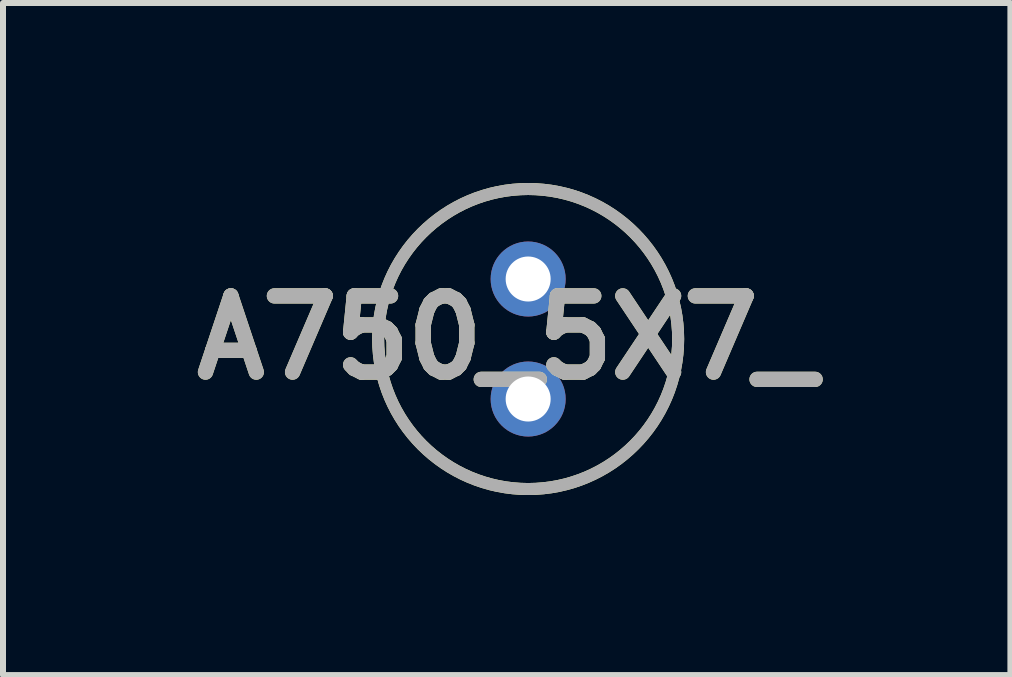
<source format=kicad_pcb>
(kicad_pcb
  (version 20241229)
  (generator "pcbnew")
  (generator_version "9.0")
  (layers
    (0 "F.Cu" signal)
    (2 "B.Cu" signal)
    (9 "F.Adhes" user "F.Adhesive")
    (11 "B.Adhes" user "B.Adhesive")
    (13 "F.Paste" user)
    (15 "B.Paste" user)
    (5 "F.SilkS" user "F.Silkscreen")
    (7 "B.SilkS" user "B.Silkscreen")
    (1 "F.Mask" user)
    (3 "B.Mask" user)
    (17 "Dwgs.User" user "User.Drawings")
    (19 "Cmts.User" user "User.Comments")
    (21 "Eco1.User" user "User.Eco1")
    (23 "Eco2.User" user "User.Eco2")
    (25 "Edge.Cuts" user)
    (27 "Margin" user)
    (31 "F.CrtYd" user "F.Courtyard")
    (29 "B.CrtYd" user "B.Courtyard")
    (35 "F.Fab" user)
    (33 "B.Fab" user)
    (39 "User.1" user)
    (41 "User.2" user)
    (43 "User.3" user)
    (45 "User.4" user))
  (footprint "A750_5X7_"
    (layer "F.Cu")
    (at 5.752 2.6)
    (property "Reference" "A750_5X7_" (at -0.358 -0.023 0) (layer "F.SilkS") (effects (font (size 1.27 1.27) (thickness 0.254))))
    (attr through_hole)
    (fp_circle (center 0 0) (end 0 2.5) (stroke (width 0.2) (type solid)) (fill no) (layer "F.SilkS"))
    (fp_circle (center 0 0) (end 0 2.5) (stroke (width 0.2) (type solid)) (fill no) (layer "F.Fab"))
    (fp_text user "${REFERENCE}" (at -0.358 -0.023 0) (layer "F.Fab") (effects (font (size 1.27 1.27) (thickness 0.254))))
    (pad "1" thru_hole circle (at 0 1) (size 1.25 1.25) (drill 0.75) (layers "*.Cu" "*.Mask"))
    (pad "2" thru_hole circle (at 0 -1) (size 1.25 1.25) (drill 0.75) (layers "*.Cu" "*.Mask")))
  (gr_rect
    (start -3 -3)
    (end 13.789 8.2)
    (stroke (width 0.1) (type default))
    (fill no)
    (layer "Edge.Cuts")))
</source>
